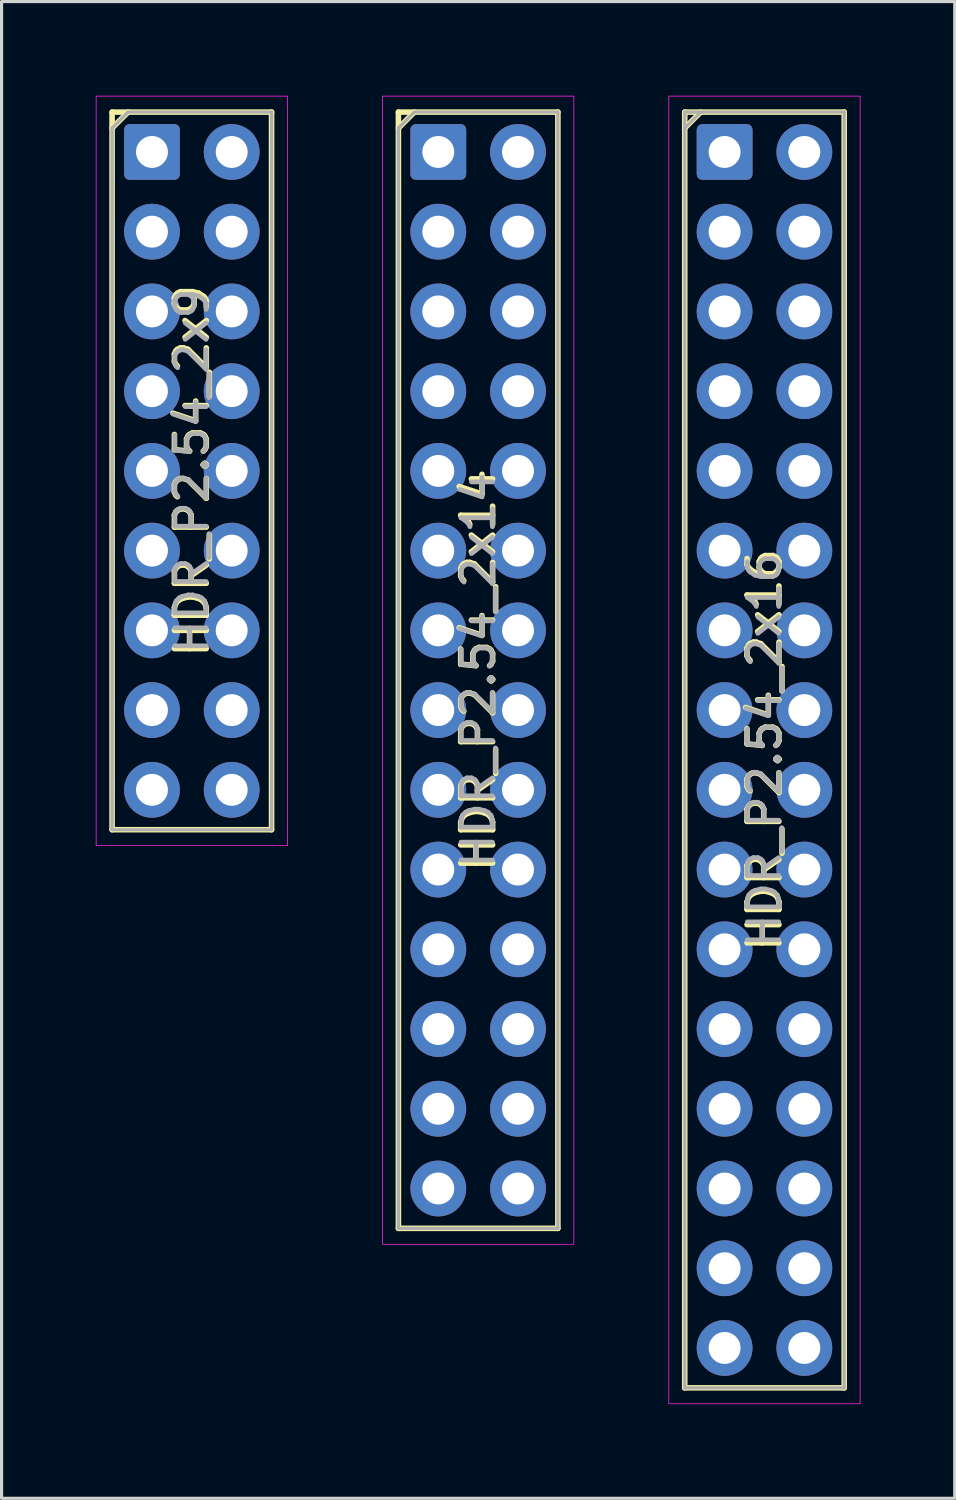
<source format=kicad_pcb>
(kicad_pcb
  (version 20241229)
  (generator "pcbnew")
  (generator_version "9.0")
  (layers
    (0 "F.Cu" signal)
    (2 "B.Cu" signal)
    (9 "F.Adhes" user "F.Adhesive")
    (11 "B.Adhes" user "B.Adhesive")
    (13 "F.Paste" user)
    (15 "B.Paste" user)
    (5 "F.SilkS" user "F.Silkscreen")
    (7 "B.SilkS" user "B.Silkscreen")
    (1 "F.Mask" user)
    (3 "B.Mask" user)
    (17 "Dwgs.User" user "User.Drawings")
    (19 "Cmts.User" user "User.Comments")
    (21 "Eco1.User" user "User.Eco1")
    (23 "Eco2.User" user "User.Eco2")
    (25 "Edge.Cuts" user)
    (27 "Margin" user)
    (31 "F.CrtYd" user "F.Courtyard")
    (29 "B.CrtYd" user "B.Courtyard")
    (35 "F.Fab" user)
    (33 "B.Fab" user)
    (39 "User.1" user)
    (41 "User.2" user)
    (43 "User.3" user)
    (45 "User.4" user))
  (footprint "HDR_P2.54_2x14"
    (layer "F.Cu")
    (at 12.182 18.301)
    (property "Reference" "HDR_P2.54_2x14" (at 0 0 90) (layer "F.SilkS") (effects (font (size 1.016 1.016) (thickness 0.178))))
    (attr through_hole)
    (fp_line (start -2.54 -17.78) (end -2.54 17.78) (stroke (width 0.178) (type solid)) (layer "F.SilkS"))
    (fp_line (start -2.54 -17.78) (end 2.54 -17.78) (stroke (width 0.178) (type solid)) (layer "F.SilkS"))
    (fp_line (start -2.54 -17.272) (end -2.032 -17.78) (stroke (width 0.178) (type solid)) (layer "F.SilkS"))
    (fp_line (start -2.54 17.78) (end 2.54 17.78) (stroke (width 0.178) (type solid)) (layer "F.SilkS"))
    (fp_line (start 2.54 -17.78) (end 2.54 17.78) (stroke (width 0.178) (type solid)) (layer "F.SilkS"))
    (fp_rect (start -3.048 -18.288) (end 3.048 18.288) (stroke (width 0.025) (type solid)) (fill no) (layer "F.CrtYd"))
    (fp_line (start -2.54 -17.272) (end -2.032 -17.78) (stroke (width 0.1) (type solid)) (layer "F.Fab"))
    (fp_line (start -2.54 17.78) (end -2.54 -17.272) (stroke (width 0.1) (type solid)) (layer "F.Fab"))
    (fp_line (start -2.032 -17.78) (end 2.54 -17.78) (stroke (width 0.1) (type solid)) (layer "F.Fab"))
    (fp_line (start 2.54 -17.78) (end 2.54 17.78) (stroke (width 0.1) (type solid)) (layer "F.Fab"))
    (fp_line (start 2.54 17.78) (end -2.54 17.78) (stroke (width 0.1) (type solid)) (layer "F.Fab"))
    (fp_text user "${REFERENCE}" (at 0 0 90) (layer "F.Fab") (effects (font (size 1 1) (thickness 0.15))))
    (pad "1" thru_hole roundrect (at -1.27 -16.51) (size 1.778 1.778) (drill 1.016) (layers "*.Cu" "*.Mask") (roundrect_rratio 0.1))
    (pad "2" thru_hole oval (at 1.27 -16.51) (size 1.778 1.778) (drill 1.016) (layers "*.Cu" "*.Mask"))
    (pad "3" thru_hole oval (at -1.27 -13.97) (size 1.778 1.778) (drill 1.016) (layers "*.Cu" "*.Mask"))
    (pad "4" thru_hole oval (at 1.27 -13.97) (size 1.778 1.778) (drill 1.016) (layers "*.Cu" "*.Mask"))
    (pad "5" thru_hole oval (at -1.27 -11.43) (size 1.778 1.778) (drill 1.016) (layers "*.Cu" "*.Mask"))
    (pad "6" thru_hole oval (at 1.27 -11.43) (size 1.778 1.778) (drill 1.016) (layers "*.Cu" "*.Mask"))
    (pad "7" thru_hole oval (at -1.27 -8.89) (size 1.778 1.778) (drill 1.016) (layers "*.Cu" "*.Mask"))
    (pad "8" thru_hole oval (at 1.27 -8.89) (size 1.778 1.778) (drill 1.016) (layers "*.Cu" "*.Mask"))
    (pad "9" thru_hole oval (at -1.27 -6.35) (size 1.778 1.778) (drill 1.016) (layers "*.Cu" "*.Mask"))
    (pad "10" thru_hole oval (at 1.27 -6.35) (size 1.778 1.778) (drill 1.016) (layers "*.Cu" "*.Mask"))
    (pad "11" thru_hole oval (at -1.27 -3.81) (size 1.778 1.778) (drill 1.016) (layers "*.Cu" "*.Mask"))
    (pad "12" thru_hole oval (at 1.27 -3.81) (size 1.778 1.778) (drill 1.016) (layers "*.Cu" "*.Mask"))
    (pad "13" thru_hole oval (at -1.27 -1.27) (size 1.778 1.778) (drill 1.016) (layers "*.Cu" "*.Mask"))
    (pad "14" thru_hole oval (at 1.27 -1.27) (size 1.778 1.778) (drill 1.016) (layers "*.Cu" "*.Mask"))
    (pad "15" thru_hole oval (at -1.27 1.27) (size 1.778 1.778) (drill 1.016) (layers "*.Cu" "*.Mask"))
    (pad "16" thru_hole oval (at 1.27 1.27) (size 1.778 1.778) (drill 1.016) (layers "*.Cu" "*.Mask"))
    (pad "17" thru_hole oval (at -1.27 3.81) (size 1.778 1.778) (drill 1.016) (layers "*.Cu" "*.Mask"))
    (pad "18" thru_hole oval (at 1.27 3.81) (size 1.778 1.778) (drill 1.016) (layers "*.Cu" "*.Mask"))
    (pad "19" thru_hole oval (at -1.27 6.35) (size 1.778 1.778) (drill 1.016) (layers "*.Cu" "*.Mask"))
    (pad "20" thru_hole oval (at 1.27 6.35) (size 1.778 1.778) (drill 1.016) (layers "*.Cu" "*.Mask"))
    (pad "21" thru_hole oval (at -1.27 8.89) (size 1.778 1.778) (drill 1.016) (layers "*.Cu" "*.Mask"))
    (pad "22" thru_hole oval (at 1.27 8.89) (size 1.778 1.778) (drill 1.016) (layers "*.Cu" "*.Mask"))
    (pad "23" thru_hole oval (at -1.27 11.43) (size 1.778 1.778) (drill 1.016) (layers "*.Cu" "*.Mask"))
    (pad "24" thru_hole oval (at 1.27 11.43) (size 1.778 1.778) (drill 1.016) (layers "*.Cu" "*.Mask"))
    (pad "25" thru_hole oval (at -1.27 13.97) (size 1.778 1.778) (drill 1.016) (layers "*.Cu" "*.Mask"))
    (pad "26" thru_hole oval (at 1.27 13.97) (size 1.778 1.778) (drill 1.016) (layers "*.Cu" "*.Mask"))
    (pad "27" thru_hole oval (at -1.27 16.51) (size 1.778 1.778) (drill 1.016) (layers "*.Cu" "*.Mask"))
    (pad "28" thru_hole oval (at 1.27 16.51) (size 1.778 1.778) (drill 1.016) (layers "*.Cu" "*.Mask")))
  (footprint "HDR_P2.54_2x9"
    (layer "F.Cu")
    (at 3.061 11.951)
    (property "Reference" "HDR_P2.54_2x9" (at 0 0 90) (layer "F.SilkS") (effects (font (size 1.016 1.016) (thickness 0.178))))
    (attr through_hole)
    (fp_line (start -2.54 -11.43) (end -2.54 11.43) (stroke (width 0.178) (type solid)) (layer "F.SilkS"))
    (fp_line (start -2.54 -11.43) (end 2.54 -11.43) (stroke (width 0.178) (type solid)) (layer "F.SilkS"))
    (fp_line (start -2.54 -10.922) (end -2.032 -11.43) (stroke (width 0.178) (type solid)) (layer "F.SilkS"))
    (fp_line (start -2.54 11.43) (end 2.54 11.43) (stroke (width 0.178) (type solid)) (layer "F.SilkS"))
    (fp_line (start 2.54 -11.43) (end 2.54 11.43) (stroke (width 0.178) (type solid)) (layer "F.SilkS"))
    (fp_rect (start -3.048 -11.938) (end 3.048 11.938) (stroke (width 0.025) (type solid)) (fill no) (layer "F.CrtYd"))
    (fp_line (start -2.54 -10.922) (end -2.032 -11.43) (stroke (width 0.1) (type solid)) (layer "F.Fab"))
    (fp_line (start -2.54 11.43) (end -2.54 -10.922) (stroke (width 0.1) (type solid)) (layer "F.Fab"))
    (fp_line (start -2.032 -11.43) (end 2.54 -11.43) (stroke (width 0.1) (type solid)) (layer "F.Fab"))
    (fp_line (start 2.54 -11.43) (end 2.54 11.43) (stroke (width 0.1) (type solid)) (layer "F.Fab"))
    (fp_line (start 2.54 11.43) (end -2.54 11.43) (stroke (width 0.1) (type solid)) (layer "F.Fab"))
    (fp_text user "${REFERENCE}" (at 0 0 90) (layer "F.Fab") (effects (font (size 1 1) (thickness 0.15))))
    (pad "1" thru_hole roundrect (at -1.27 -10.16) (size 1.778 1.778) (drill 1.016) (layers "*.Cu" "*.Mask") (roundrect_rratio 0.1))
    (pad "2" thru_hole oval (at 1.27 -10.16) (size 1.778 1.778) (drill 1.016) (layers "*.Cu" "*.Mask"))
    (pad "3" thru_hole oval (at -1.27 -7.62) (size 1.778 1.778) (drill 1.016) (layers "*.Cu" "*.Mask"))
    (pad "4" thru_hole oval (at 1.27 -7.62) (size 1.778 1.778) (drill 1.016) (layers "*.Cu" "*.Mask"))
    (pad "5" thru_hole oval (at -1.27 -5.08) (size 1.778 1.778) (drill 1.016) (layers "*.Cu" "*.Mask"))
    (pad "6" thru_hole oval (at 1.27 -5.08) (size 1.778 1.778) (drill 1.016) (layers "*.Cu" "*.Mask"))
    (pad "7" thru_hole oval (at -1.27 -2.54) (size 1.778 1.778) (drill 1.016) (layers "*.Cu" "*.Mask"))
    (pad "8" thru_hole oval (at 1.27 -2.54) (size 1.778 1.778) (drill 1.016) (layers "*.Cu" "*.Mask"))
    (pad "9" thru_hole oval (at -1.27 0) (size 1.778 1.778) (drill 1.016) (layers "*.Cu" "*.Mask"))
    (pad "10" thru_hole oval (at 1.27 0) (size 1.778 1.778) (drill 1.016) (layers "*.Cu" "*.Mask"))
    (pad "11" thru_hole oval (at -1.27 2.54) (size 1.778 1.778) (drill 1.016) (layers "*.Cu" "*.Mask"))
    (pad "12" thru_hole oval (at 1.27 2.54) (size 1.778 1.778) (drill 1.016) (layers "*.Cu" "*.Mask"))
    (pad "13" thru_hole oval (at -1.27 5.08) (size 1.778 1.778) (drill 1.016) (layers "*.Cu" "*.Mask"))
    (pad "14" thru_hole oval (at 1.27 5.08) (size 1.778 1.778) (drill 1.016) (layers "*.Cu" "*.Mask"))
    (pad "15" thru_hole oval (at -1.27 7.62) (size 1.778 1.778) (drill 1.016) (layers "*.Cu" "*.Mask"))
    (pad "16" thru_hole oval (at 1.27 7.62) (size 1.778 1.778) (drill 1.016) (layers "*.Cu" "*.Mask"))
    (pad "17" thru_hole oval (at -1.27 10.16) (size 1.778 1.778) (drill 1.016) (layers "*.Cu" "*.Mask"))
    (pad "18" thru_hole oval (at 1.27 10.16) (size 1.778 1.778) (drill 1.016) (layers "*.Cu" "*.Mask")))
  (footprint "HDR_P2.54_2x16"
    (layer "F.Cu")
    (at 21.303 20.841)
    (property "Reference" "HDR_P2.54_2x16" (at 0 0 90) (layer "F.SilkS") (effects (font (size 1.016 1.016) (thickness 0.178))))
    (attr through_hole)
    (fp_line (start -2.54 -20.32) (end -2.54 20.32) (stroke (width 0.178) (type solid)) (layer "F.SilkS"))
    (fp_line (start -2.54 -20.32) (end 2.54 -20.32) (stroke (width 0.178) (type solid)) (layer "F.SilkS"))
    (fp_line (start -2.54 -19.812) (end -2.032 -20.32) (stroke (width 0.178) (type solid)) (layer "F.SilkS"))
    (fp_line (start -2.54 20.32) (end 2.54 20.32) (stroke (width 0.178) (type solid)) (layer "F.SilkS"))
    (fp_line (start 2.54 -20.32) (end 2.54 20.32) (stroke (width 0.178) (type solid)) (layer "F.SilkS"))
    (fp_rect (start -3.048 -20.828) (end 3.048 20.828) (stroke (width 0.025) (type solid)) (fill no) (layer "F.CrtYd"))
    (fp_line (start -2.54 -20.32) (end 2.54 -20.32) (stroke (width 0.1) (type solid)) (layer "F.Fab"))
    (fp_line (start -2.54 -19.812) (end -2.032 -20.32) (stroke (width 0.1) (type solid)) (layer "F.Fab"))
    (fp_line (start -2.54 20.32) (end -2.54 -20.32) (stroke (width 0.1) (type solid)) (layer "F.Fab"))
    (fp_line (start 2.54 -20.32) (end 2.54 20.32) (stroke (width 0.1) (type solid)) (layer "F.Fab"))
    (fp_line (start 2.54 20.32) (end -2.54 20.32) (stroke (width 0.1) (type solid)) (layer "F.Fab"))
    (fp_text user "${REFERENCE}" (at 0 0 90) (layer "F.Fab") (effects (font (size 1 1) (thickness 0.15))))
    (pad "1" thru_hole roundrect (at -1.27 -19.05) (size 1.778 1.778) (drill 1.016) (layers "*.Cu" "*.Mask") (roundrect_rratio 0.1))
    (pad "2" thru_hole oval (at 1.27 -19.05) (size 1.778 1.778) (drill 1.016) (layers "*.Cu" "*.Mask"))
    (pad "3" thru_hole oval (at -1.27 -16.51) (size 1.778 1.778) (drill 1.016) (layers "*.Cu" "*.Mask"))
    (pad "4" thru_hole oval (at 1.27 -16.51) (size 1.778 1.778) (drill 1.016) (layers "*.Cu" "*.Mask"))
    (pad "5" thru_hole oval (at -1.27 -13.97) (size 1.778 1.778) (drill 1.016) (layers "*.Cu" "*.Mask"))
    (pad "6" thru_hole oval (at 1.27 -13.97) (size 1.778 1.778) (drill 1.016) (layers "*.Cu" "*.Mask"))
    (pad "7" thru_hole oval (at -1.27 -11.43) (size 1.778 1.778) (drill 1.016) (layers "*.Cu" "*.Mask"))
    (pad "8" thru_hole oval (at 1.27 -11.43) (size 1.778 1.778) (drill 1.016) (layers "*.Cu" "*.Mask"))
    (pad "9" thru_hole oval (at -1.27 -8.89) (size 1.778 1.778) (drill 1.016) (layers "*.Cu" "*.Mask"))
    (pad "10" thru_hole oval (at 1.27 -8.89) (size 1.778 1.778) (drill 1.016) (layers "*.Cu" "*.Mask"))
    (pad "11" thru_hole oval (at -1.27 -6.35) (size 1.778 1.778) (drill 1.016) (layers "*.Cu" "*.Mask"))
    (pad "12" thru_hole oval (at 1.27 -6.35) (size 1.778 1.778) (drill 1.016) (layers "*.Cu" "*.Mask"))
    (pad "13" thru_hole oval (at -1.27 -3.81) (size 1.778 1.778) (drill 1.016) (layers "*.Cu" "*.Mask"))
    (pad "14" thru_hole oval (at 1.27 -3.81) (size 1.778 1.778) (drill 1.016) (layers "*.Cu" "*.Mask"))
    (pad "15" thru_hole oval (at -1.27 -1.27) (size 1.778 1.778) (drill 1.016) (layers "*.Cu" "*.Mask"))
    (pad "16" thru_hole oval (at 1.27 -1.27) (size 1.778 1.778) (drill 1.016) (layers "*.Cu" "*.Mask"))
    (pad "17" thru_hole oval (at -1.27 1.27) (size 1.778 1.778) (drill 1.016) (layers "*.Cu" "*.Mask"))
    (pad "18" thru_hole oval (at 1.27 1.27) (size 1.778 1.778) (drill 1.016) (layers "*.Cu" "*.Mask"))
    (pad "19" thru_hole oval (at -1.27 3.81) (size 1.778 1.778) (drill 1.016) (layers "*.Cu" "*.Mask"))
    (pad "20" thru_hole oval (at 1.27 3.81) (size 1.778 1.778) (drill 1.016) (layers "*.Cu" "*.Mask"))
    (pad "21" thru_hole oval (at -1.27 6.35) (size 1.778 1.778) (drill 1.016) (layers "*.Cu" "*.Mask"))
    (pad "22" thru_hole oval (at 1.27 6.35) (size 1.778 1.778) (drill 1.016) (layers "*.Cu" "*.Mask"))
    (pad "23" thru_hole oval (at -1.27 8.89) (size 1.778 1.778) (drill 1.016) (layers "*.Cu" "*.Mask"))
    (pad "24" thru_hole oval (at 1.27 8.89) (size 1.778 1.778) (drill 1.016) (layers "*.Cu" "*.Mask"))
    (pad "25" thru_hole oval (at -1.27 11.43) (size 1.778 1.778) (drill 1.016) (layers "*.Cu" "*.Mask"))
    (pad "26" thru_hole oval (at 1.27 11.43) (size 1.778 1.778) (drill 1.016) (layers "*.Cu" "*.Mask"))
    (pad "27" thru_hole oval (at -1.27 13.97) (size 1.778 1.778) (drill 1.016) (layers "*.Cu" "*.Mask"))
    (pad "28" thru_hole oval (at 1.27 13.97) (size 1.778 1.778) (drill 1.016) (layers "*.Cu" "*.Mask"))
    (pad "29" thru_hole oval (at -1.27 16.51) (size 1.778 1.778) (drill 1.016) (layers "*.Cu" "*.Mask"))
    (pad "30" thru_hole oval (at 1.27 16.51) (size 1.778 1.778) (drill 1.016) (layers "*.Cu" "*.Mask"))
    (pad "31" thru_hole oval (at -1.27 19.05) (size 1.778 1.778) (drill 1.016) (layers "*.Cu" "*.Mask"))
    (pad "32" thru_hole oval (at 1.27 19.05) (size 1.778 1.778) (drill 1.016) (layers "*.Cu" "*.Mask")))
  (gr_rect
    (start -3 -3)
    (end 27.364 44.681)
    (stroke (width 0.1) (type default))
    (fill no)
    (layer "Edge.Cuts")))
</source>
